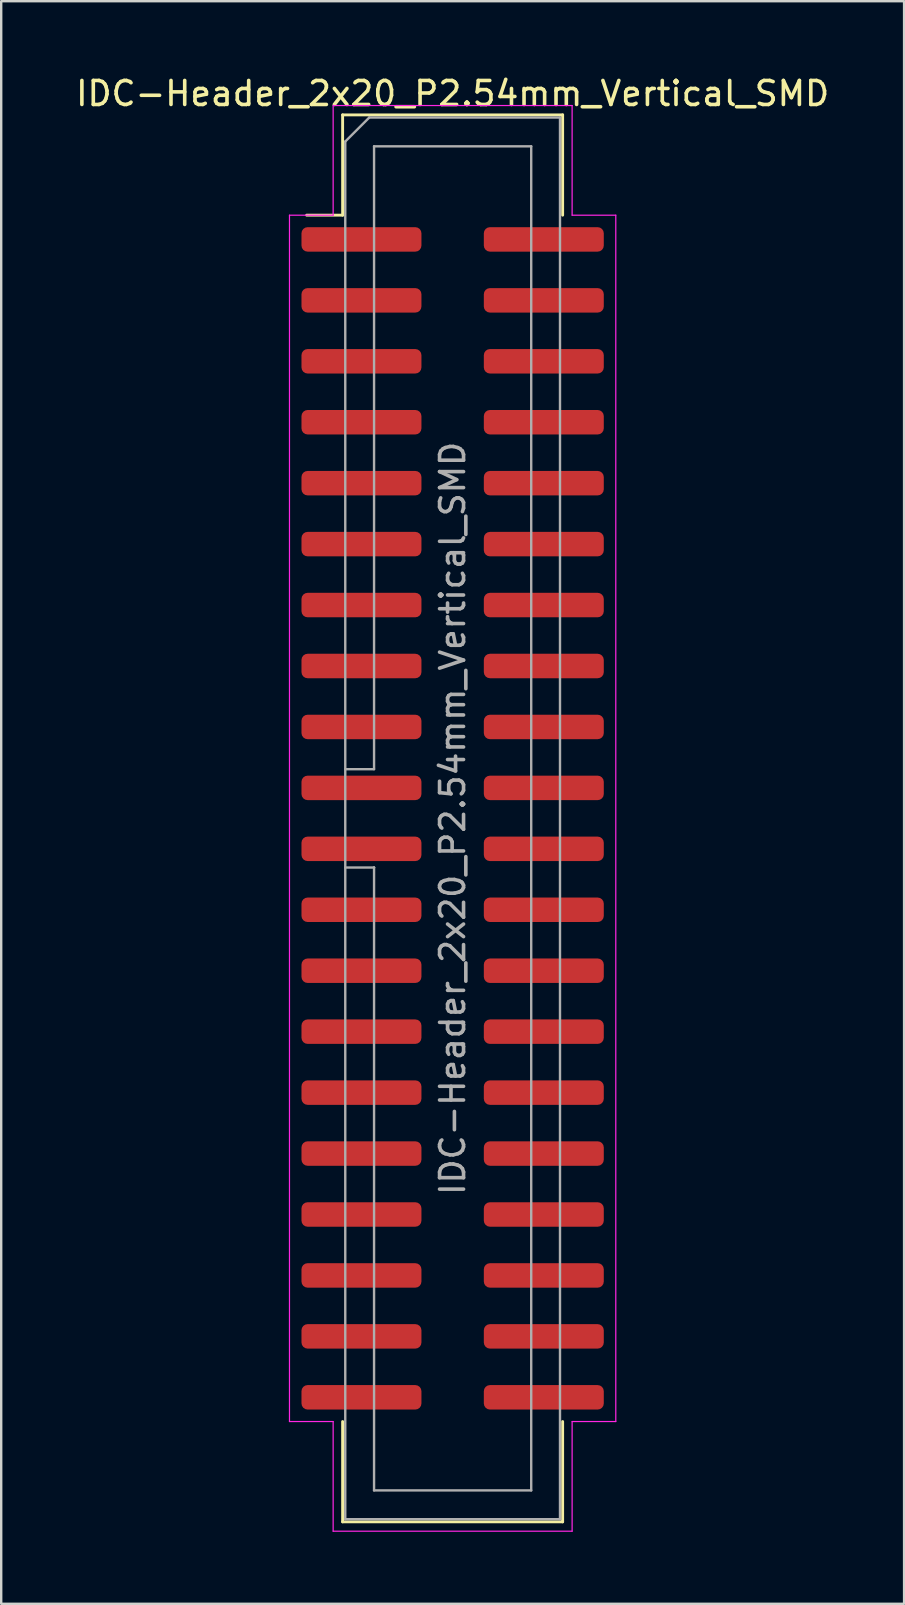
<source format=kicad_pcb>
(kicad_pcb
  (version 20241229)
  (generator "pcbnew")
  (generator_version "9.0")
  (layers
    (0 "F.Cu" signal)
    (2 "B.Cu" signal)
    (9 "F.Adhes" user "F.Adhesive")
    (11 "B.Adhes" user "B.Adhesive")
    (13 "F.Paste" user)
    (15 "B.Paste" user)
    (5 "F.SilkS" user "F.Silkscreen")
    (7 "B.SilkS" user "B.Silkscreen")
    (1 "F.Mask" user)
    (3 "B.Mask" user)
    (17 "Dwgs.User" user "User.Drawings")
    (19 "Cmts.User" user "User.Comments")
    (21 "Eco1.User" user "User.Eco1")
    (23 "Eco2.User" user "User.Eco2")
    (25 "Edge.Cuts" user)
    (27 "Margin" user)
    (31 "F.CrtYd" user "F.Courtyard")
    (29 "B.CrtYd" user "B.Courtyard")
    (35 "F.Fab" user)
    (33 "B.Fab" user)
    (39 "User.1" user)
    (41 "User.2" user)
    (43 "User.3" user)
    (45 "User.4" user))
  (footprint "IDC-Header_2x20_P2.54mm_Vertical_SMD"
    (layer "F.Cu")
    (at 15.815 31.058)
    (property "Reference" "IDC-Header_2x20_P2.54mm_Vertical_SMD" (at 0 -30.21 0) (layer "F.SilkS") (effects (font (size 1 1) (thickness 0.15))))
    (attr smd)
    (fp_line (start -4.585 -29.32) (end 4.585 -29.32) (stroke (width 0.12) (type solid)) (layer "F.SilkS"))
    (fp_line (start -4.585 -25.14) (end -6.085 -25.14) (stroke (width 0.12) (type solid)) (layer "F.SilkS"))
    (fp_line (start -4.585 -25.14) (end -4.585 -29.32) (stroke (width 0.12) (type solid)) (layer "F.SilkS"))
    (fp_line (start -4.585 25.14) (end -4.585 29.32) (stroke (width 0.12) (type solid)) (layer "F.SilkS"))
    (fp_line (start -4.585 29.32) (end 4.585 29.32) (stroke (width 0.12) (type solid)) (layer "F.SilkS"))
    (fp_line (start 4.585 -29.32) (end 4.585 -25.14) (stroke (width 0.12) (type solid)) (layer "F.SilkS"))
    (fp_line (start 4.585 29.32) (end 4.585 25.14) (stroke (width 0.12) (type solid)) (layer "F.SilkS"))
    (fp_line (start -6.8 -25.14) (end -6.8 25.14) (stroke (width 0.05) (type solid)) (layer "F.CrtYd"))
    (fp_line (start -6.8 25.14) (end -4.98 25.14) (stroke (width 0.05) (type solid)) (layer "F.CrtYd"))
    (fp_line (start -4.98 -29.71) (end -4.98 -25.14) (stroke (width 0.05) (type solid)) (layer "F.CrtYd"))
    (fp_line (start -4.98 -25.14) (end -6.8 -25.14) (stroke (width 0.05) (type solid)) (layer "F.CrtYd"))
    (fp_line (start -4.98 25.14) (end -4.98 29.71) (stroke (width 0.05) (type solid)) (layer "F.CrtYd"))
    (fp_line (start -4.98 29.71) (end 4.98 29.71) (stroke (width 0.05) (type solid)) (layer "F.CrtYd"))
    (fp_line (start 4.98 -29.71) (end -4.98 -29.71) (stroke (width 0.05) (type solid)) (layer "F.CrtYd"))
    (fp_line (start 4.98 -25.14) (end 4.98 -29.71) (stroke (width 0.05) (type solid)) (layer "F.CrtYd"))
    (fp_line (start 4.98 25.14) (end 6.8 25.14) (stroke (width 0.05) (type solid)) (layer "F.CrtYd"))
    (fp_line (start 4.98 29.71) (end 4.98 25.14) (stroke (width 0.05) (type solid)) (layer "F.CrtYd"))
    (fp_line (start 6.8 -25.14) (end 4.98 -25.14) (stroke (width 0.05) (type solid)) (layer "F.CrtYd"))
    (fp_line (start 6.8 25.14) (end 6.8 -25.14) (stroke (width 0.05) (type solid)) (layer "F.CrtYd"))
    (fp_line (start -4.475 -28.21) (end -3.475 -29.21) (stroke (width 0.1) (type solid)) (layer "F.Fab"))
    (fp_line (start -4.475 -2.05) (end -3.275 -2.05) (stroke (width 0.1) (type solid)) (layer "F.Fab"))
    (fp_line (start -4.475 29.21) (end -4.475 -28.21) (stroke (width 0.1) (type solid)) (layer "F.Fab"))
    (fp_line (start -3.475 -29.21) (end 4.475 -29.21) (stroke (width 0.1) (type solid)) (layer "F.Fab"))
    (fp_line (start -3.275 -28.01) (end 3.275 -28.01) (stroke (width 0.1) (type solid)) (layer "F.Fab"))
    (fp_line (start -3.275 -2.05) (end -3.275 -28.01) (stroke (width 0.1) (type solid)) (layer "F.Fab"))
    (fp_line (start -3.275 2.05) (end -4.475 2.05) (stroke (width 0.1) (type solid)) (layer "F.Fab"))
    (fp_line (start -3.275 2.05) (end -3.275 2.05) (stroke (width 0.1) (type solid)) (layer "F.Fab"))
    (fp_line (start -3.275 28.01) (end -3.275 2.05) (stroke (width 0.1) (type solid)) (layer "F.Fab"))
    (fp_line (start 3.275 -28.01) (end 3.275 28.01) (stroke (width 0.1) (type solid)) (layer "F.Fab"))
    (fp_line (start 3.275 28.01) (end -3.275 28.01) (stroke (width 0.1) (type solid)) (layer "F.Fab"))
    (fp_line (start 4.475 -29.21) (end 4.475 29.21) (stroke (width 0.1) (type solid)) (layer "F.Fab"))
    (fp_line (start 4.475 29.21) (end -4.475 29.21) (stroke (width 0.1) (type solid)) (layer "F.Fab"))
    (fp_text user "${REFERENCE}" (at 0 0 90) (layer "F.Fab") (effects (font (size 1 1) (thickness 0.15))))
    (pad "1" smd roundrect (at -3.8 -24.13) (size 5 1.02) (layers "F.Cu" "F.Mask" "F.Paste") (roundrect_rratio 0.25))
    (pad "2" smd roundrect (at 3.8 -24.13) (size 5 1.02) (layers "F.Cu" "F.Mask" "F.Paste") (roundrect_rratio 0.25))
    (pad "3" smd roundrect (at -3.8 -21.59) (size 5 1.02) (layers "F.Cu" "F.Mask" "F.Paste") (roundrect_rratio 0.25))
    (pad "4" smd roundrect (at 3.8 -21.59) (size 5 1.02) (layers "F.Cu" "F.Mask" "F.Paste") (roundrect_rratio 0.25))
    (pad "5" smd roundrect (at -3.8 -19.05) (size 5 1.02) (layers "F.Cu" "F.Mask" "F.Paste") (roundrect_rratio 0.25))
    (pad "6" smd roundrect (at 3.8 -19.05) (size 5 1.02) (layers "F.Cu" "F.Mask" "F.Paste") (roundrect_rratio 0.25))
    (pad "7" smd roundrect (at -3.8 -16.51) (size 5 1.02) (layers "F.Cu" "F.Mask" "F.Paste") (roundrect_rratio 0.25))
    (pad "8" smd roundrect (at 3.8 -16.51) (size 5 1.02) (layers "F.Cu" "F.Mask" "F.Paste") (roundrect_rratio 0.25))
    (pad "9" smd roundrect (at -3.8 -13.97) (size 5 1.02) (layers "F.Cu" "F.Mask" "F.Paste") (roundrect_rratio 0.25))
    (pad "10" smd roundrect (at 3.8 -13.97) (size 5 1.02) (layers "F.Cu" "F.Mask" "F.Paste") (roundrect_rratio 0.25))
    (pad "11" smd roundrect (at -3.8 -11.43) (size 5 1.02) (layers "F.Cu" "F.Mask" "F.Paste") (roundrect_rratio 0.25))
    (pad "12" smd roundrect (at 3.8 -11.43) (size 5 1.02) (layers "F.Cu" "F.Mask" "F.Paste") (roundrect_rratio 0.25))
    (pad "13" smd roundrect (at -3.8 -8.89) (size 5 1.02) (layers "F.Cu" "F.Mask" "F.Paste") (roundrect_rratio 0.25))
    (pad "14" smd roundrect (at 3.8 -8.89) (size 5 1.02) (layers "F.Cu" "F.Mask" "F.Paste") (roundrect_rratio 0.25))
    (pad "15" smd roundrect (at -3.8 -6.35) (size 5 1.02) (layers "F.Cu" "F.Mask" "F.Paste") (roundrect_rratio 0.25))
    (pad "16" smd roundrect (at 3.8 -6.35) (size 5 1.02) (layers "F.Cu" "F.Mask" "F.Paste") (roundrect_rratio 0.25))
    (pad "17" smd roundrect (at -3.8 -3.81) (size 5 1.02) (layers "F.Cu" "F.Mask" "F.Paste") (roundrect_rratio 0.25))
    (pad "18" smd roundrect (at 3.8 -3.81) (size 5 1.02) (layers "F.Cu" "F.Mask" "F.Paste") (roundrect_rratio 0.25))
    (pad "19" smd roundrect (at -3.8 -1.27) (size 5 1.02) (layers "F.Cu" "F.Mask" "F.Paste") (roundrect_rratio 0.25))
    (pad "20" smd roundrect (at 3.8 -1.27) (size 5 1.02) (layers "F.Cu" "F.Mask" "F.Paste") (roundrect_rratio 0.25))
    (pad "21" smd roundrect (at -3.8 1.27) (size 5 1.02) (layers "F.Cu" "F.Mask" "F.Paste") (roundrect_rratio 0.25))
    (pad "22" smd roundrect (at 3.8 1.27) (size 5 1.02) (layers "F.Cu" "F.Mask" "F.Paste") (roundrect_rratio 0.25))
    (pad "23" smd roundrect (at -3.8 3.81) (size 5 1.02) (layers "F.Cu" "F.Mask" "F.Paste") (roundrect_rratio 0.25))
    (pad "24" smd roundrect (at 3.8 3.81) (size 5 1.02) (layers "F.Cu" "F.Mask" "F.Paste") (roundrect_rratio 0.25))
    (pad "25" smd roundrect (at -3.8 6.35) (size 5 1.02) (layers "F.Cu" "F.Mask" "F.Paste") (roundrect_rratio 0.25))
    (pad "26" smd roundrect (at 3.8 6.35) (size 5 1.02) (layers "F.Cu" "F.Mask" "F.Paste") (roundrect_rratio 0.25))
    (pad "27" smd roundrect (at -3.8 8.89) (size 5 1.02) (layers "F.Cu" "F.Mask" "F.Paste") (roundrect_rratio 0.25))
    (pad "28" smd roundrect (at 3.8 8.89) (size 5 1.02) (layers "F.Cu" "F.Mask" "F.Paste") (roundrect_rratio 0.25))
    (pad "29" smd roundrect (at -3.8 11.43) (size 5 1.02) (layers "F.Cu" "F.Mask" "F.Paste") (roundrect_rratio 0.25))
    (pad "30" smd roundrect (at 3.8 11.43) (size 5 1.02) (layers "F.Cu" "F.Mask" "F.Paste") (roundrect_rratio 0.25))
    (pad "31" smd roundrect (at -3.8 13.97) (size 5 1.02) (layers "F.Cu" "F.Mask" "F.Paste") (roundrect_rratio 0.25))
    (pad "32" smd roundrect (at 3.8 13.97) (size 5 1.02) (layers "F.Cu" "F.Mask" "F.Paste") (roundrect_rratio 0.25))
    (pad "33" smd roundrect (at -3.8 16.51) (size 5 1.02) (layers "F.Cu" "F.Mask" "F.Paste") (roundrect_rratio 0.25))
    (pad "34" smd roundrect (at 3.8 16.51) (size 5 1.02) (layers "F.Cu" "F.Mask" "F.Paste") (roundrect_rratio 0.25))
    (pad "35" smd roundrect (at -3.8 19.05) (size 5 1.02) (layers "F.Cu" "F.Mask" "F.Paste") (roundrect_rratio 0.25))
    (pad "36" smd roundrect (at 3.8 19.05) (size 5 1.02) (layers "F.Cu" "F.Mask" "F.Paste") (roundrect_rratio 0.25))
    (pad "37" smd roundrect (at -3.8 21.59) (size 5 1.02) (layers "F.Cu" "F.Mask" "F.Paste") (roundrect_rratio 0.25))
    (pad "38" smd roundrect (at 3.8 21.59) (size 5 1.02) (layers "F.Cu" "F.Mask" "F.Paste") (roundrect_rratio 0.25))
    (pad "39" smd roundrect (at -3.8 24.13) (size 5 1.02) (layers "F.Cu" "F.Mask" "F.Paste") (roundrect_rratio 0.25))
    (pad "40" smd roundrect (at 3.8 24.13) (size 5 1.02) (layers "F.Cu" "F.Mask" "F.Paste") (roundrect_rratio 0.25)))
  (gr_rect
    (start -3 -3)
    (end 34.631 63.793)
    (stroke (width 0.1) (type default))
    (fill no)
    (layer "Edge.Cuts")))
</source>
